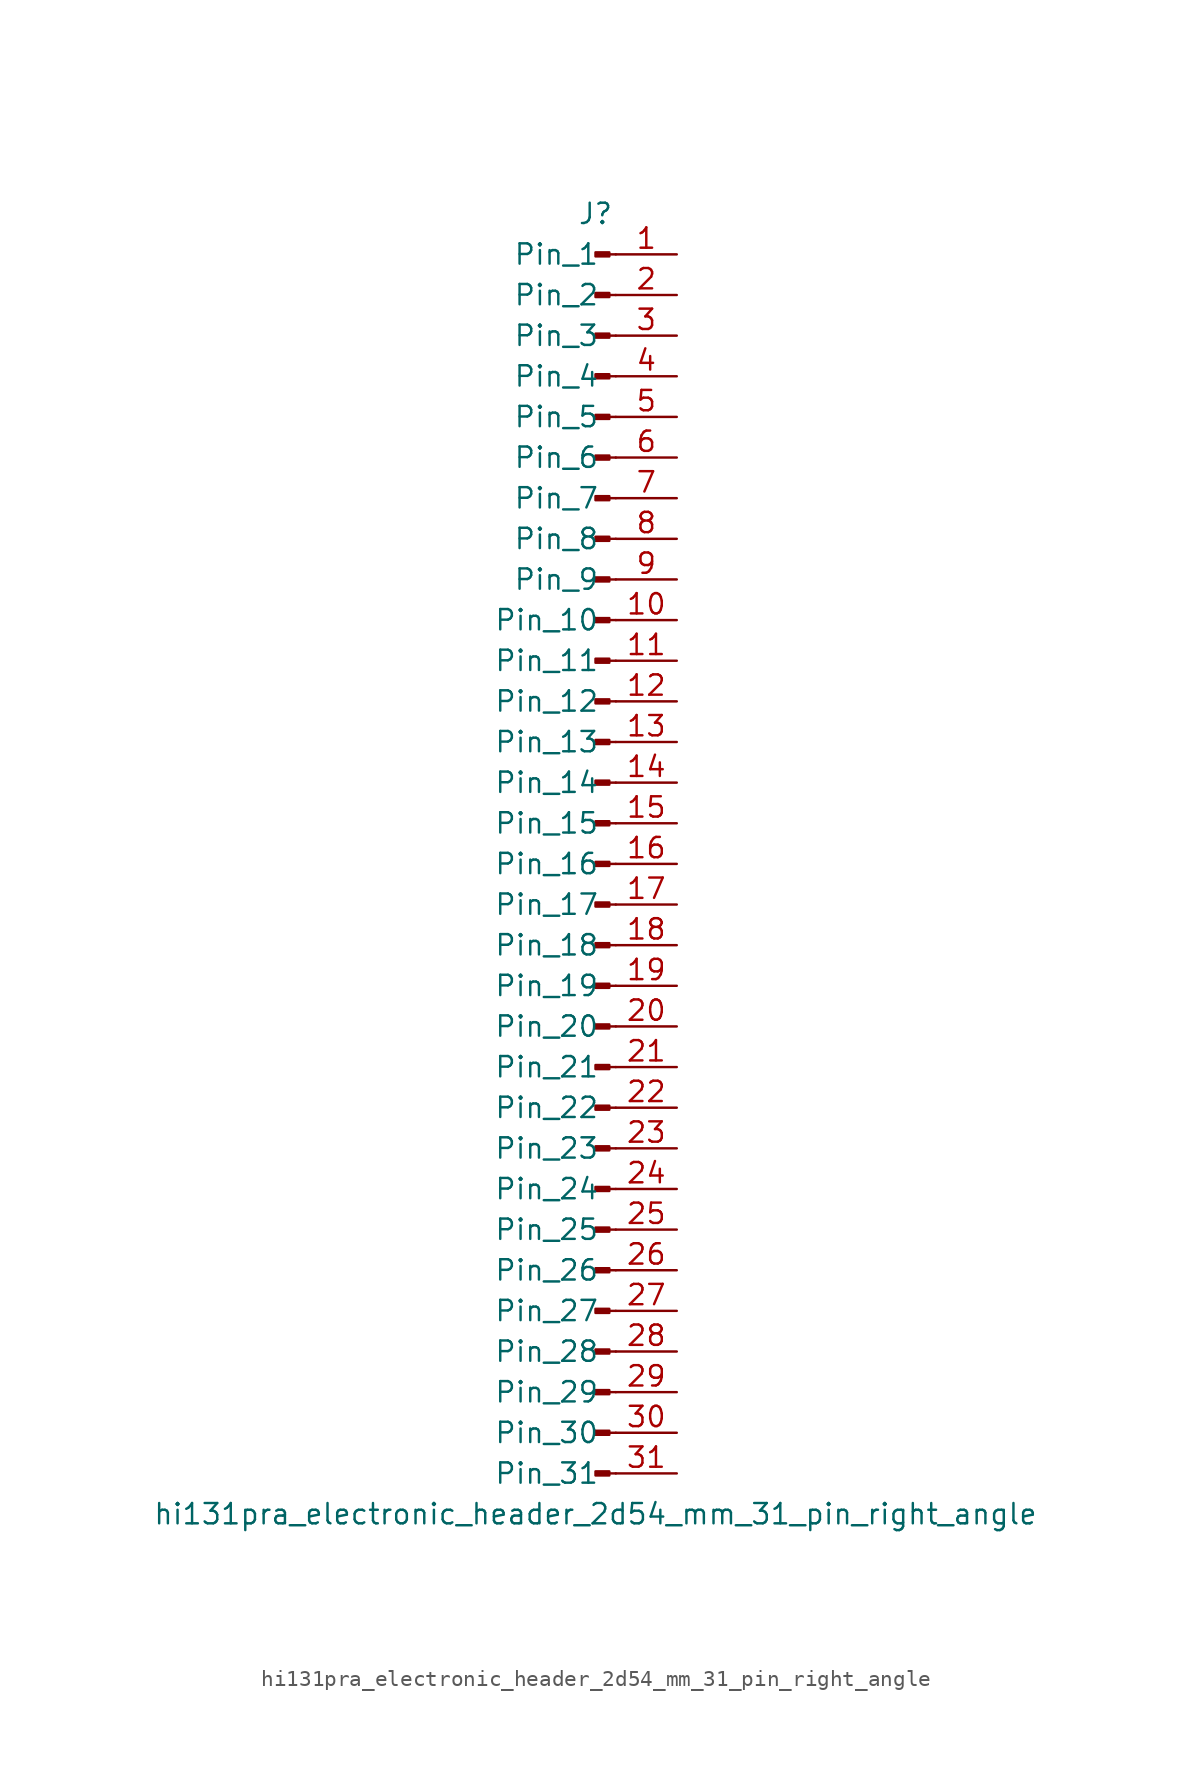
<source format=kicad_sym>
(kicad_symbol_lib
  (version 20220914)
  (generator kicad_symbol_editor)
  (symbol "hi131pra_electronic_header_2d54_mm_31_pin_right_angle"
    (pin_names
      (offset 1.016))
    (property "Reference" "J"
      (at 0 40.64 0)
      (effects (font (size 1.27 1.27))))
    (property "Value" "hi131pra_electronic_header_2d54_mm_31_pin_right_angle"
      (at 0 -40.64 0)
      (effects (font (size 1.27 1.27))))
    (property "ki_locked" ""
      (at 0 0 0)
      (effects (font (size 1.27 1.27))))
    (symbol "hi131pra_electronic_header_2d54_mm_31_pin_right_angle_1_1"
      (polyline (pts (xy 1.27 -38.1) (xy 0.864 -38.1)) (stroke (width 0.152) (type default)) (fill (type none)))
      (polyline (pts (xy 1.27 -35.56) (xy 0.864 -35.56)) (stroke (width 0.152) (type default)) (fill (type none)))
      (polyline (pts (xy 1.27 -33.02) (xy 0.864 -33.02)) (stroke (width 0.152) (type default)) (fill (type none)))
      (polyline (pts (xy 1.27 -30.48) (xy 0.864 -30.48)) (stroke (width 0.152) (type default)) (fill (type none)))
      (polyline (pts (xy 1.27 -27.94) (xy 0.864 -27.94)) (stroke (width 0.152) (type default)) (fill (type none)))
      (polyline (pts (xy 1.27 -25.4) (xy 0.864 -25.4)) (stroke (width 0.152) (type default)) (fill (type none)))
      (polyline (pts (xy 1.27 -22.86) (xy 0.864 -22.86)) (stroke (width 0.152) (type default)) (fill (type none)))
      (polyline (pts (xy 1.27 -20.32) (xy 0.864 -20.32)) (stroke (width 0.152) (type default)) (fill (type none)))
      (polyline (pts (xy 1.27 -17.78) (xy 0.864 -17.78)) (stroke (width 0.152) (type default)) (fill (type none)))
      (polyline (pts (xy 1.27 -15.24) (xy 0.864 -15.24)) (stroke (width 0.152) (type default)) (fill (type none)))
      (polyline (pts (xy 1.27 -12.7) (xy 0.864 -12.7)) (stroke (width 0.152) (type default)) (fill (type none)))
      (polyline (pts (xy 1.27 -10.16) (xy 0.864 -10.16)) (stroke (width 0.152) (type default)) (fill (type none)))
      (polyline (pts (xy 1.27 -7.62) (xy 0.864 -7.62)) (stroke (width 0.152) (type default)) (fill (type none)))
      (polyline (pts (xy 1.27 -5.08) (xy 0.864 -5.08)) (stroke (width 0.152) (type default)) (fill (type none)))
      (polyline (pts (xy 1.27 -2.54) (xy 0.864 -2.54)) (stroke (width 0.152) (type default)) (fill (type none)))
      (polyline (pts (xy 1.27 0) (xy 0.864 0)) (stroke (width 0.152) (type default)) (fill (type none)))
      (polyline (pts (xy 1.27 2.54) (xy 0.864 2.54)) (stroke (width 0.152) (type default)) (fill (type none)))
      (polyline (pts (xy 1.27 5.08) (xy 0.864 5.08)) (stroke (width 0.152) (type default)) (fill (type none)))
      (polyline (pts (xy 1.27 7.62) (xy 0.864 7.62)) (stroke (width 0.152) (type default)) (fill (type none)))
      (polyline (pts (xy 1.27 10.16) (xy 0.864 10.16)) (stroke (width 0.152) (type default)) (fill (type none)))
      (polyline (pts (xy 1.27 12.7) (xy 0.864 12.7)) (stroke (width 0.152) (type default)) (fill (type none)))
      (polyline (pts (xy 1.27 15.24) (xy 0.864 15.24)) (stroke (width 0.152) (type default)) (fill (type none)))
      (polyline (pts (xy 1.27 17.78) (xy 0.864 17.78)) (stroke (width 0.152) (type default)) (fill (type none)))
      (polyline (pts (xy 1.27 20.32) (xy 0.864 20.32)) (stroke (width 0.152) (type default)) (fill (type none)))
      (polyline (pts (xy 1.27 22.86) (xy 0.864 22.86)) (stroke (width 0.152) (type default)) (fill (type none)))
      (polyline (pts (xy 1.27 25.4) (xy 0.864 25.4)) (stroke (width 0.152) (type default)) (fill (type none)))
      (polyline (pts (xy 1.27 27.94) (xy 0.864 27.94)) (stroke (width 0.152) (type default)) (fill (type none)))
      (polyline (pts (xy 1.27 30.48) (xy 0.864 30.48)) (stroke (width 0.152) (type default)) (fill (type none)))
      (polyline (pts (xy 1.27 33.02) (xy 0.864 33.02)) (stroke (width 0.152) (type default)) (fill (type none)))
      (polyline (pts (xy 1.27 35.56) (xy 0.864 35.56)) (stroke (width 0.152) (type default)) (fill (type none)))
      (polyline (pts (xy 1.27 38.1) (xy 0.864 38.1)) (stroke (width 0.152) (type default)) (fill (type none)))
      (rectangle (start 0.864 -37.973) (end 0 -38.227) (stroke (width 0.152) (type default)) (fill (type outline)))
      (rectangle (start 0.864 -35.433) (end 0 -35.687) (stroke (width 0.152) (type default)) (fill (type outline)))
      (rectangle (start 0.864 -32.893) (end 0 -33.147) (stroke (width 0.152) (type default)) (fill (type outline)))
      (rectangle (start 0.864 -30.353) (end 0 -30.607) (stroke (width 0.152) (type default)) (fill (type outline)))
      (rectangle (start 0.864 -27.813) (end 0 -28.067) (stroke (width 0.152) (type default)) (fill (type outline)))
      (rectangle (start 0.864 -25.273) (end 0 -25.527) (stroke (width 0.152) (type default)) (fill (type outline)))
      (rectangle (start 0.864 -22.733) (end 0 -22.987) (stroke (width 0.152) (type default)) (fill (type outline)))
      (rectangle (start 0.864 -20.193) (end 0 -20.447) (stroke (width 0.152) (type default)) (fill (type outline)))
      (rectangle (start 0.864 -17.653) (end 0 -17.907) (stroke (width 0.152) (type default)) (fill (type outline)))
      (rectangle (start 0.864 -15.113) (end 0 -15.367) (stroke (width 0.152) (type default)) (fill (type outline)))
      (rectangle (start 0.864 -12.573) (end 0 -12.827) (stroke (width 0.152) (type default)) (fill (type outline)))
      (rectangle (start 0.864 -10.033) (end 0 -10.287) (stroke (width 0.152) (type default)) (fill (type outline)))
      (rectangle (start 0.864 -7.493) (end 0 -7.747) (stroke (width 0.152) (type default)) (fill (type outline)))
      (rectangle (start 0.864 -4.953) (end 0 -5.207) (stroke (width 0.152) (type default)) (fill (type outline)))
      (rectangle (start 0.864 -2.413) (end 0 -2.667) (stroke (width 0.152) (type default)) (fill (type outline)))
      (rectangle (start 0.864 0.127) (end 0 -0.127) (stroke (width 0.152) (type default)) (fill (type outline)))
      (rectangle (start 0.864 2.667) (end 0 2.413) (stroke (width 0.152) (type default)) (fill (type outline)))
      (rectangle (start 0.864 5.207) (end 0 4.953) (stroke (width 0.152) (type default)) (fill (type outline)))
      (rectangle (start 0.864 7.747) (end 0 7.493) (stroke (width 0.152) (type default)) (fill (type outline)))
      (rectangle (start 0.864 10.287) (end 0 10.033) (stroke (width 0.152) (type default)) (fill (type outline)))
      (rectangle (start 0.864 12.827) (end 0 12.573) (stroke (width 0.152) (type default)) (fill (type outline)))
      (rectangle (start 0.864 15.367) (end 0 15.113) (stroke (width 0.152) (type default)) (fill (type outline)))
      (rectangle (start 0.864 17.907) (end 0 17.653) (stroke (width 0.152) (type default)) (fill (type outline)))
      (rectangle (start 0.864 20.447) (end 0 20.193) (stroke (width 0.152) (type default)) (fill (type outline)))
      (rectangle (start 0.864 22.987) (end 0 22.733) (stroke (width 0.152) (type default)) (fill (type outline)))
      (rectangle (start 0.864 25.527) (end 0 25.273) (stroke (width 0.152) (type default)) (fill (type outline)))
      (rectangle (start 0.864 28.067) (end 0 27.813) (stroke (width 0.152) (type default)) (fill (type outline)))
      (rectangle (start 0.864 30.607) (end 0 30.353) (stroke (width 0.152) (type default)) (fill (type outline)))
      (rectangle (start 0.864 33.147) (end 0 32.893) (stroke (width 0.152) (type default)) (fill (type outline)))
      (rectangle (start 0.864 35.687) (end 0 35.433) (stroke (width 0.152) (type default)) (fill (type outline)))
      (rectangle (start 0.864 38.227) (end 0 37.973) (stroke (width 0.152) (type default)) (fill (type outline)))
      (pin passive line (at 5.08 38.1 180) (length 3.81) (name "Pin_1" (effects (font (size 1.27 1.27)))) (number "1" (effects (font (size 1.27 1.27)))))
      (pin passive line (at 5.08 15.24 180) (length 3.81) (name "Pin_10" (effects (font (size 1.27 1.27)))) (number "10" (effects (font (size 1.27 1.27)))))
      (pin passive line (at 5.08 12.7 180) (length 3.81) (name "Pin_11" (effects (font (size 1.27 1.27)))) (number "11" (effects (font (size 1.27 1.27)))))
      (pin passive line (at 5.08 10.16 180) (length 3.81) (name "Pin_12" (effects (font (size 1.27 1.27)))) (number "12" (effects (font (size 1.27 1.27)))))
      (pin passive line (at 5.08 7.62 180) (length 3.81) (name "Pin_13" (effects (font (size 1.27 1.27)))) (number "13" (effects (font (size 1.27 1.27)))))
      (pin passive line (at 5.08 5.08 180) (length 3.81) (name "Pin_14" (effects (font (size 1.27 1.27)))) (number "14" (effects (font (size 1.27 1.27)))))
      (pin passive line (at 5.08 2.54 180) (length 3.81) (name "Pin_15" (effects (font (size 1.27 1.27)))) (number "15" (effects (font (size 1.27 1.27)))))
      (pin passive line (at 5.08 0 180) (length 3.81) (name "Pin_16" (effects (font (size 1.27 1.27)))) (number "16" (effects (font (size 1.27 1.27)))))
      (pin passive line (at 5.08 -2.54 180) (length 3.81) (name "Pin_17" (effects (font (size 1.27 1.27)))) (number "17" (effects (font (size 1.27 1.27)))))
      (pin passive line (at 5.08 -5.08 180) (length 3.81) (name "Pin_18" (effects (font (size 1.27 1.27)))) (number "18" (effects (font (size 1.27 1.27)))))
      (pin passive line (at 5.08 -7.62 180) (length 3.81) (name "Pin_19" (effects (font (size 1.27 1.27)))) (number "19" (effects (font (size 1.27 1.27)))))
      (pin passive line (at 5.08 35.56 180) (length 3.81) (name "Pin_2" (effects (font (size 1.27 1.27)))) (number "2" (effects (font (size 1.27 1.27)))))
      (pin passive line (at 5.08 -10.16 180) (length 3.81) (name "Pin_20" (effects (font (size 1.27 1.27)))) (number "20" (effects (font (size 1.27 1.27)))))
      (pin passive line (at 5.08 -12.7 180) (length 3.81) (name "Pin_21" (effects (font (size 1.27 1.27)))) (number "21" (effects (font (size 1.27 1.27)))))
      (pin passive line (at 5.08 -15.24 180) (length 3.81) (name "Pin_22" (effects (font (size 1.27 1.27)))) (number "22" (effects (font (size 1.27 1.27)))))
      (pin passive line (at 5.08 -17.78 180) (length 3.81) (name "Pin_23" (effects (font (size 1.27 1.27)))) (number "23" (effects (font (size 1.27 1.27)))))
      (pin passive line (at 5.08 -20.32 180) (length 3.81) (name "Pin_24" (effects (font (size 1.27 1.27)))) (number "24" (effects (font (size 1.27 1.27)))))
      (pin passive line (at 5.08 -22.86 180) (length 3.81) (name "Pin_25" (effects (font (size 1.27 1.27)))) (number "25" (effects (font (size 1.27 1.27)))))
      (pin passive line (at 5.08 -25.4 180) (length 3.81) (name "Pin_26" (effects (font (size 1.27 1.27)))) (number "26" (effects (font (size 1.27 1.27)))))
      (pin passive line (at 5.08 -27.94 180) (length 3.81) (name "Pin_27" (effects (font (size 1.27 1.27)))) (number "27" (effects (font (size 1.27 1.27)))))
      (pin passive line (at 5.08 -30.48 180) (length 3.81) (name "Pin_28" (effects (font (size 1.27 1.27)))) (number "28" (effects (font (size 1.27 1.27)))))
      (pin passive line (at 5.08 -33.02 180) (length 3.81) (name "Pin_29" (effects (font (size 1.27 1.27)))) (number "29" (effects (font (size 1.27 1.27)))))
      (pin passive line (at 5.08 33.02 180) (length 3.81) (name "Pin_3" (effects (font (size 1.27 1.27)))) (number "3" (effects (font (size 1.27 1.27)))))
      (pin passive line (at 5.08 -35.56 180) (length 3.81) (name "Pin_30" (effects (font (size 1.27 1.27)))) (number "30" (effects (font (size 1.27 1.27)))))
      (pin passive line (at 5.08 -38.1 180) (length 3.81) (name "Pin_31" (effects (font (size 1.27 1.27)))) (number "31" (effects (font (size 1.27 1.27)))))
      (pin passive line (at 5.08 30.48 180) (length 3.81) (name "Pin_4" (effects (font (size 1.27 1.27)))) (number "4" (effects (font (size 1.27 1.27)))))
      (pin passive line (at 5.08 27.94 180) (length 3.81) (name "Pin_5" (effects (font (size 1.27 1.27)))) (number "5" (effects (font (size 1.27 1.27)))))
      (pin passive line (at 5.08 25.4 180) (length 3.81) (name "Pin_6" (effects (font (size 1.27 1.27)))) (number "6" (effects (font (size 1.27 1.27)))))
      (pin passive line (at 5.08 22.86 180) (length 3.81) (name "Pin_7" (effects (font (size 1.27 1.27)))) (number "7" (effects (font (size 1.27 1.27)))))
      (pin passive line (at 5.08 20.32 180) (length 3.81) (name "Pin_8" (effects (font (size 1.27 1.27)))) (number "8" (effects (font (size 1.27 1.27)))))
      (pin passive line (at 5.08 17.78 180) (length 3.81) (name "Pin_9" (effects (font (size 1.27 1.27)))) (number "9" (effects (font (size 1.27 1.27))))))))
</source>
